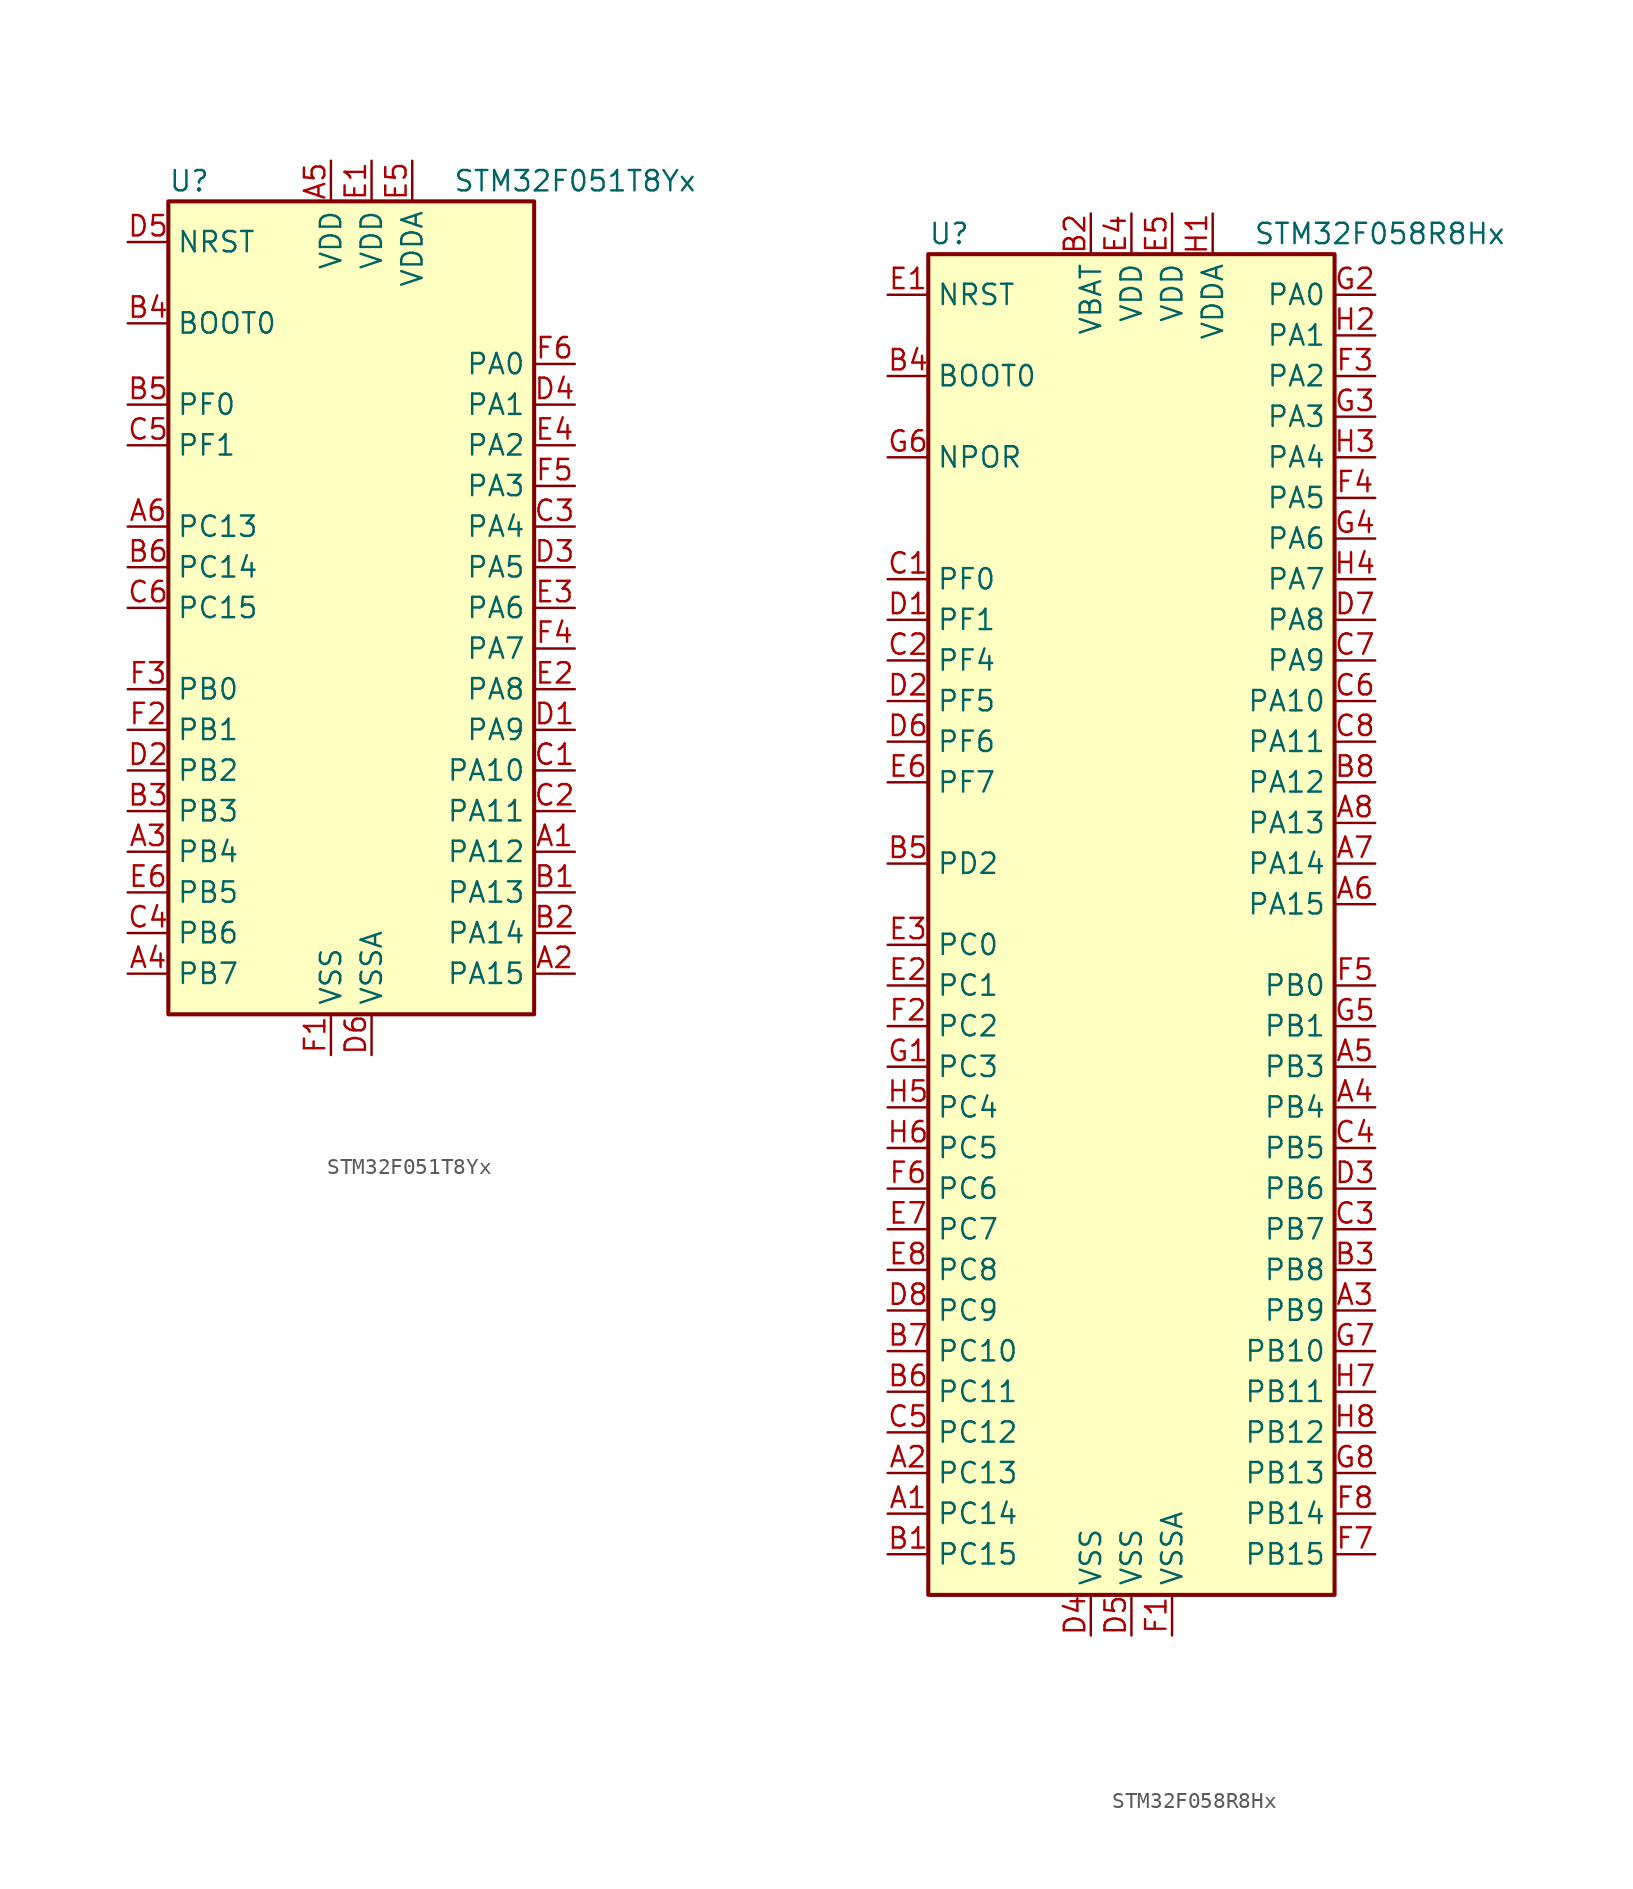
<source format=kicad_sym>
(kicad_symbol_lib
  (version 20201005)
  (generator kicad_symbol_editor)
  (symbol "STM32F051T8Yx"
    (property "Reference" "U"
      (at -12.7 26.67 0)
      (effects (font (size 1.27 1.27)) (justify left)))
    (property "Value" "STM32F051T8Yx"
      (at 5.08 26.67 0)
      (effects (font (size 1.27 1.27)) (justify left)))
    (symbol "STM32F051T8Yx_0_1"
      (rectangle (start -12.7 -25.4) (end 10.16 25.4) (stroke (width 0.254)) (fill (type background))))
    (symbol "STM32F051T8Yx_1_1"
      (pin input line (at -15.24 17.78 0) (length 2.54) (name "BOOT0" (effects (font (size 1.27 1.27)))) (number "B4" (effects (font (size 1.27 1.27)))))
      (pin input line (at -15.24 22.86 0) (length 2.54) (name "NRST" (effects (font (size 1.27 1.27)))) (number "D5" (effects (font (size 1.27 1.27)))))
      (pin bidirectional line (at 12.7 15.24 180) (length 2.54) (name "PA0" (effects (font (size 1.27 1.27)))) (number "F6" (effects (font (size 1.27 1.27)))))
      (pin bidirectional line (at 12.7 12.7 180) (length 2.54) (name "PA1" (effects (font (size 1.27 1.27)))) (number "D4" (effects (font (size 1.27 1.27)))))
      (pin bidirectional line (at 12.7 -10.16 180) (length 2.54) (name "PA10" (effects (font (size 1.27 1.27)))) (number "C1" (effects (font (size 1.27 1.27)))))
      (pin bidirectional line (at 12.7 -12.7 180) (length 2.54) (name "PA11" (effects (font (size 1.27 1.27)))) (number "C2" (effects (font (size 1.27 1.27)))))
      (pin bidirectional line (at 12.7 -15.24 180) (length 2.54) (name "PA12" (effects (font (size 1.27 1.27)))) (number "A1" (effects (font (size 1.27 1.27)))))
      (pin bidirectional line (at 12.7 -17.78 180) (length 2.54) (name "PA13" (effects (font (size 1.27 1.27)))) (number "B1" (effects (font (size 1.27 1.27)))))
      (pin bidirectional line (at 12.7 -20.32 180) (length 2.54) (name "PA14" (effects (font (size 1.27 1.27)))) (number "B2" (effects (font (size 1.27 1.27)))))
      (pin bidirectional line (at 12.7 -22.86 180) (length 2.54) (name "PA15" (effects (font (size 1.27 1.27)))) (number "A2" (effects (font (size 1.27 1.27)))))
      (pin bidirectional line (at 12.7 10.16 180) (length 2.54) (name "PA2" (effects (font (size 1.27 1.27)))) (number "E4" (effects (font (size 1.27 1.27)))))
      (pin bidirectional line (at 12.7 7.62 180) (length 2.54) (name "PA3" (effects (font (size 1.27 1.27)))) (number "F5" (effects (font (size 1.27 1.27)))))
      (pin bidirectional line (at 12.7 5.08 180) (length 2.54) (name "PA4" (effects (font (size 1.27 1.27)))) (number "C3" (effects (font (size 1.27 1.27)))))
      (pin bidirectional line (at 12.7 2.54 180) (length 2.54) (name "PA5" (effects (font (size 1.27 1.27)))) (number "D3" (effects (font (size 1.27 1.27)))))
      (pin bidirectional line (at 12.7 0 180) (length 2.54) (name "PA6" (effects (font (size 1.27 1.27)))) (number "E3" (effects (font (size 1.27 1.27)))))
      (pin bidirectional line (at 12.7 -2.54 180) (length 2.54) (name "PA7" (effects (font (size 1.27 1.27)))) (number "F4" (effects (font (size 1.27 1.27)))))
      (pin bidirectional line (at 12.7 -5.08 180) (length 2.54) (name "PA8" (effects (font (size 1.27 1.27)))) (number "E2" (effects (font (size 1.27 1.27)))))
      (pin bidirectional line (at 12.7 -7.62 180) (length 2.54) (name "PA9" (effects (font (size 1.27 1.27)))) (number "D1" (effects (font (size 1.27 1.27)))))
      (pin bidirectional line (at -15.24 -5.08 0) (length 2.54) (name "PB0" (effects (font (size 1.27 1.27)))) (number "F3" (effects (font (size 1.27 1.27)))))
      (pin bidirectional line (at -15.24 -7.62 0) (length 2.54) (name "PB1" (effects (font (size 1.27 1.27)))) (number "F2" (effects (font (size 1.27 1.27)))))
      (pin bidirectional line (at -15.24 -10.16 0) (length 2.54) (name "PB2" (effects (font (size 1.27 1.27)))) (number "D2" (effects (font (size 1.27 1.27)))))
      (pin bidirectional line (at -15.24 -12.7 0) (length 2.54) (name "PB3" (effects (font (size 1.27 1.27)))) (number "B3" (effects (font (size 1.27 1.27)))))
      (pin bidirectional line (at -15.24 -15.24 0) (length 2.54) (name "PB4" (effects (font (size 1.27 1.27)))) (number "A3" (effects (font (size 1.27 1.27)))))
      (pin bidirectional line (at -15.24 -17.78 0) (length 2.54) (name "PB5" (effects (font (size 1.27 1.27)))) (number "E6" (effects (font (size 1.27 1.27)))))
      (pin bidirectional line (at -15.24 -20.32 0) (length 2.54) (name "PB6" (effects (font (size 1.27 1.27)))) (number "C4" (effects (font (size 1.27 1.27)))))
      (pin bidirectional line (at -15.24 -22.86 0) (length 2.54) (name "PB7" (effects (font (size 1.27 1.27)))) (number "A4" (effects (font (size 1.27 1.27)))))
      (pin bidirectional line (at -15.24 5.08 0) (length 2.54) (name "PC13" (effects (font (size 1.27 1.27)))) (number "A6" (effects (font (size 1.27 1.27)))))
      (pin bidirectional line (at -15.24 2.54 0) (length 2.54) (name "PC14" (effects (font (size 1.27 1.27)))) (number "B6" (effects (font (size 1.27 1.27)))))
      (pin bidirectional line (at -15.24 0 0) (length 2.54) (name "PC15" (effects (font (size 1.27 1.27)))) (number "C6" (effects (font (size 1.27 1.27)))))
      (pin input line (at -15.24 12.7 0) (length 2.54) (name "PF0" (effects (font (size 1.27 1.27)))) (number "B5" (effects (font (size 1.27 1.27)))))
      (pin input line (at -15.24 10.16 0) (length 2.54) (name "PF1" (effects (font (size 1.27 1.27)))) (number "C5" (effects (font (size 1.27 1.27)))))
      (pin power_in line (at -2.54 27.94 270) (length 2.54) (name "VDD" (effects (font (size 1.27 1.27)))) (number "A5" (effects (font (size 1.27 1.27)))))
      (pin power_in line (at 0 27.94 270) (length 2.54) (name "VDD" (effects (font (size 1.27 1.27)))) (number "E1" (effects (font (size 1.27 1.27)))))
      (pin power_in line (at 2.54 27.94 270) (length 2.54) (name "VDDA" (effects (font (size 1.27 1.27)))) (number "E5" (effects (font (size 1.27 1.27)))))
      (pin power_in line (at -2.54 -27.94 90) (length 2.54) (name "VSS" (effects (font (size 1.27 1.27)))) (number "F1" (effects (font (size 1.27 1.27)))))
      (pin power_in line (at 0 -27.94 90) (length 2.54) (name "VSSA" (effects (font (size 1.27 1.27)))) (number "D6" (effects (font (size 1.27 1.27)))))))
  (symbol "STM32F058R8Hx"
    (property "Reference" "U"
      (at -12.7 41.91 0)
      (effects (font (size 1.27 1.27)) (justify left)))
    (property "Value" "STM32F058R8Hx"
      (at 7.62 41.91 0)
      (effects (font (size 1.27 1.27)) (justify left)))
    (symbol "STM32F058R8Hx_0_1"
      (rectangle (start -12.7 -43.18) (end 12.7 40.64) (stroke (width 0.254)) (fill (type background))))
    (symbol "STM32F058R8Hx_1_1"
      (pin input line (at -15.24 33.02 0) (length 2.54) (name "BOOT0" (effects (font (size 1.27 1.27)))) (number "B4" (effects (font (size 1.27 1.27)))))
      (pin power_in line (at -15.24 27.94 0) (length 2.54) (name "NPOR" (effects (font (size 1.27 1.27)))) (number "G6" (effects (font (size 1.27 1.27)))))
      (pin input line (at -15.24 38.1 0) (length 2.54) (name "NRST" (effects (font (size 1.27 1.27)))) (number "E1" (effects (font (size 1.27 1.27)))))
      (pin bidirectional line (at 15.24 38.1 180) (length 2.54) (name "PA0" (effects (font (size 1.27 1.27)))) (number "G2" (effects (font (size 1.27 1.27)))))
      (pin bidirectional line (at 15.24 35.56 180) (length 2.54) (name "PA1" (effects (font (size 1.27 1.27)))) (number "H2" (effects (font (size 1.27 1.27)))))
      (pin bidirectional line (at 15.24 12.7 180) (length 2.54) (name "PA10" (effects (font (size 1.27 1.27)))) (number "C6" (effects (font (size 1.27 1.27)))))
      (pin bidirectional line (at 15.24 10.16 180) (length 2.54) (name "PA11" (effects (font (size 1.27 1.27)))) (number "C8" (effects (font (size 1.27 1.27)))))
      (pin bidirectional line (at 15.24 7.62 180) (length 2.54) (name "PA12" (effects (font (size 1.27 1.27)))) (number "B8" (effects (font (size 1.27 1.27)))))
      (pin bidirectional line (at 15.24 5.08 180) (length 2.54) (name "PA13" (effects (font (size 1.27 1.27)))) (number "A8" (effects (font (size 1.27 1.27)))))
      (pin bidirectional line (at 15.24 2.54 180) (length 2.54) (name "PA14" (effects (font (size 1.27 1.27)))) (number "A7" (effects (font (size 1.27 1.27)))))
      (pin bidirectional line (at 15.24 0 180) (length 2.54) (name "PA15" (effects (font (size 1.27 1.27)))) (number "A6" (effects (font (size 1.27 1.27)))))
      (pin bidirectional line (at 15.24 33.02 180) (length 2.54) (name "PA2" (effects (font (size 1.27 1.27)))) (number "F3" (effects (font (size 1.27 1.27)))))
      (pin bidirectional line (at 15.24 30.48 180) (length 2.54) (name "PA3" (effects (font (size 1.27 1.27)))) (number "G3" (effects (font (size 1.27 1.27)))))
      (pin bidirectional line (at 15.24 27.94 180) (length 2.54) (name "PA4" (effects (font (size 1.27 1.27)))) (number "H3" (effects (font (size 1.27 1.27)))))
      (pin bidirectional line (at 15.24 25.4 180) (length 2.54) (name "PA5" (effects (font (size 1.27 1.27)))) (number "F4" (effects (font (size 1.27 1.27)))))
      (pin bidirectional line (at 15.24 22.86 180) (length 2.54) (name "PA6" (effects (font (size 1.27 1.27)))) (number "G4" (effects (font (size 1.27 1.27)))))
      (pin bidirectional line (at 15.24 20.32 180) (length 2.54) (name "PA7" (effects (font (size 1.27 1.27)))) (number "H4" (effects (font (size 1.27 1.27)))))
      (pin bidirectional line (at 15.24 17.78 180) (length 2.54) (name "PA8" (effects (font (size 1.27 1.27)))) (number "D7" (effects (font (size 1.27 1.27)))))
      (pin bidirectional line (at 15.24 15.24 180) (length 2.54) (name "PA9" (effects (font (size 1.27 1.27)))) (number "C7" (effects (font (size 1.27 1.27)))))
      (pin bidirectional line (at 15.24 -5.08 180) (length 2.54) (name "PB0" (effects (font (size 1.27 1.27)))) (number "F5" (effects (font (size 1.27 1.27)))))
      (pin bidirectional line (at 15.24 -7.62 180) (length 2.54) (name "PB1" (effects (font (size 1.27 1.27)))) (number "G5" (effects (font (size 1.27 1.27)))))
      (pin bidirectional line (at 15.24 -27.94 180) (length 2.54) (name "PB10" (effects (font (size 1.27 1.27)))) (number "G7" (effects (font (size 1.27 1.27)))))
      (pin bidirectional line (at 15.24 -30.48 180) (length 2.54) (name "PB11" (effects (font (size 1.27 1.27)))) (number "H7" (effects (font (size 1.27 1.27)))))
      (pin bidirectional line (at 15.24 -33.02 180) (length 2.54) (name "PB12" (effects (font (size 1.27 1.27)))) (number "H8" (effects (font (size 1.27 1.27)))))
      (pin bidirectional line (at 15.24 -35.56 180) (length 2.54) (name "PB13" (effects (font (size 1.27 1.27)))) (number "G8" (effects (font (size 1.27 1.27)))))
      (pin bidirectional line (at 15.24 -38.1 180) (length 2.54) (name "PB14" (effects (font (size 1.27 1.27)))) (number "F8" (effects (font (size 1.27 1.27)))))
      (pin bidirectional line (at 15.24 -40.64 180) (length 2.54) (name "PB15" (effects (font (size 1.27 1.27)))) (number "F7" (effects (font (size 1.27 1.27)))))
      (pin bidirectional line (at 15.24 -10.16 180) (length 2.54) (name "PB3" (effects (font (size 1.27 1.27)))) (number "A5" (effects (font (size 1.27 1.27)))))
      (pin bidirectional line (at 15.24 -12.7 180) (length 2.54) (name "PB4" (effects (font (size 1.27 1.27)))) (number "A4" (effects (font (size 1.27 1.27)))))
      (pin bidirectional line (at 15.24 -15.24 180) (length 2.54) (name "PB5" (effects (font (size 1.27 1.27)))) (number "C4" (effects (font (size 1.27 1.27)))))
      (pin bidirectional line (at 15.24 -17.78 180) (length 2.54) (name "PB6" (effects (font (size 1.27 1.27)))) (number "D3" (effects (font (size 1.27 1.27)))))
      (pin bidirectional line (at 15.24 -20.32 180) (length 2.54) (name "PB7" (effects (font (size 1.27 1.27)))) (number "C3" (effects (font (size 1.27 1.27)))))
      (pin bidirectional line (at 15.24 -22.86 180) (length 2.54) (name "PB8" (effects (font (size 1.27 1.27)))) (number "B3" (effects (font (size 1.27 1.27)))))
      (pin bidirectional line (at 15.24 -25.4 180) (length 2.54) (name "PB9" (effects (font (size 1.27 1.27)))) (number "A3" (effects (font (size 1.27 1.27)))))
      (pin bidirectional line (at -15.24 -2.54 0) (length 2.54) (name "PC0" (effects (font (size 1.27 1.27)))) (number "E3" (effects (font (size 1.27 1.27)))))
      (pin bidirectional line (at -15.24 -5.08 0) (length 2.54) (name "PC1" (effects (font (size 1.27 1.27)))) (number "E2" (effects (font (size 1.27 1.27)))))
      (pin bidirectional line (at -15.24 -27.94 0) (length 2.54) (name "PC10" (effects (font (size 1.27 1.27)))) (number "B7" (effects (font (size 1.27 1.27)))))
      (pin bidirectional line (at -15.24 -30.48 0) (length 2.54) (name "PC11" (effects (font (size 1.27 1.27)))) (number "B6" (effects (font (size 1.27 1.27)))))
      (pin bidirectional line (at -15.24 -33.02 0) (length 2.54) (name "PC12" (effects (font (size 1.27 1.27)))) (number "C5" (effects (font (size 1.27 1.27)))))
      (pin bidirectional line (at -15.24 -35.56 0) (length 2.54) (name "PC13" (effects (font (size 1.27 1.27)))) (number "A2" (effects (font (size 1.27 1.27)))))
      (pin bidirectional line (at -15.24 -38.1 0) (length 2.54) (name "PC14" (effects (font (size 1.27 1.27)))) (number "A1" (effects (font (size 1.27 1.27)))))
      (pin bidirectional line (at -15.24 -40.64 0) (length 2.54) (name "PC15" (effects (font (size 1.27 1.27)))) (number "B1" (effects (font (size 1.27 1.27)))))
      (pin bidirectional line (at -15.24 -7.62 0) (length 2.54) (name "PC2" (effects (font (size 1.27 1.27)))) (number "F2" (effects (font (size 1.27 1.27)))))
      (pin bidirectional line (at -15.24 -10.16 0) (length 2.54) (name "PC3" (effects (font (size 1.27 1.27)))) (number "G1" (effects (font (size 1.27 1.27)))))
      (pin bidirectional line (at -15.24 -12.7 0) (length 2.54) (name "PC4" (effects (font (size 1.27 1.27)))) (number "H5" (effects (font (size 1.27 1.27)))))
      (pin bidirectional line (at -15.24 -15.24 0) (length 2.54) (name "PC5" (effects (font (size 1.27 1.27)))) (number "H6" (effects (font (size 1.27 1.27)))))
      (pin bidirectional line (at -15.24 -17.78 0) (length 2.54) (name "PC6" (effects (font (size 1.27 1.27)))) (number "F6" (effects (font (size 1.27 1.27)))))
      (pin bidirectional line (at -15.24 -20.32 0) (length 2.54) (name "PC7" (effects (font (size 1.27 1.27)))) (number "E7" (effects (font (size 1.27 1.27)))))
      (pin bidirectional line (at -15.24 -22.86 0) (length 2.54) (name "PC8" (effects (font (size 1.27 1.27)))) (number "E8" (effects (font (size 1.27 1.27)))))
      (pin bidirectional line (at -15.24 -25.4 0) (length 2.54) (name "PC9" (effects (font (size 1.27 1.27)))) (number "D8" (effects (font (size 1.27 1.27)))))
      (pin bidirectional line (at -15.24 2.54 0) (length 2.54) (name "PD2" (effects (font (size 1.27 1.27)))) (number "B5" (effects (font (size 1.27 1.27)))))
      (pin input line (at -15.24 20.32 0) (length 2.54) (name "PF0" (effects (font (size 1.27 1.27)))) (number "C1" (effects (font (size 1.27 1.27)))))
      (pin input line (at -15.24 17.78 0) (length 2.54) (name "PF1" (effects (font (size 1.27 1.27)))) (number "D1" (effects (font (size 1.27 1.27)))))
      (pin bidirectional line (at -15.24 15.24 0) (length 2.54) (name "PF4" (effects (font (size 1.27 1.27)))) (number "C2" (effects (font (size 1.27 1.27)))))
      (pin bidirectional line (at -15.24 12.7 0) (length 2.54) (name "PF5" (effects (font (size 1.27 1.27)))) (number "D2" (effects (font (size 1.27 1.27)))))
      (pin bidirectional line (at -15.24 10.16 0) (length 2.54) (name "PF6" (effects (font (size 1.27 1.27)))) (number "D6" (effects (font (size 1.27 1.27)))))
      (pin bidirectional line (at -15.24 7.62 0) (length 2.54) (name "PF7" (effects (font (size 1.27 1.27)))) (number "E6" (effects (font (size 1.27 1.27)))))
      (pin power_in line (at -2.54 43.18 270) (length 2.54) (name "VBAT" (effects (font (size 1.27 1.27)))) (number "B2" (effects (font (size 1.27 1.27)))))
      (pin power_in line (at 0 43.18 270) (length 2.54) (name "VDD" (effects (font (size 1.27 1.27)))) (number "E4" (effects (font (size 1.27 1.27)))))
      (pin power_in line (at 2.54 43.18 270) (length 2.54) (name "VDD" (effects (font (size 1.27 1.27)))) (number "E5" (effects (font (size 1.27 1.27)))))
      (pin power_in line (at 5.08 43.18 270) (length 2.54) (name "VDDA" (effects (font (size 1.27 1.27)))) (number "H1" (effects (font (size 1.27 1.27)))))
      (pin power_in line (at -2.54 -45.72 90) (length 2.54) (name "VSS" (effects (font (size 1.27 1.27)))) (number "D4" (effects (font (size 1.27 1.27)))))
      (pin power_in line (at 0 -45.72 90) (length 2.54) (name "VSS" (effects (font (size 1.27 1.27)))) (number "D5" (effects (font (size 1.27 1.27)))))
      (pin power_in line (at 2.54 -45.72 90) (length 2.54) (name "VSSA" (effects (font (size 1.27 1.27)))) (number "F1" (effects (font (size 1.27 1.27))))))))
</source>
